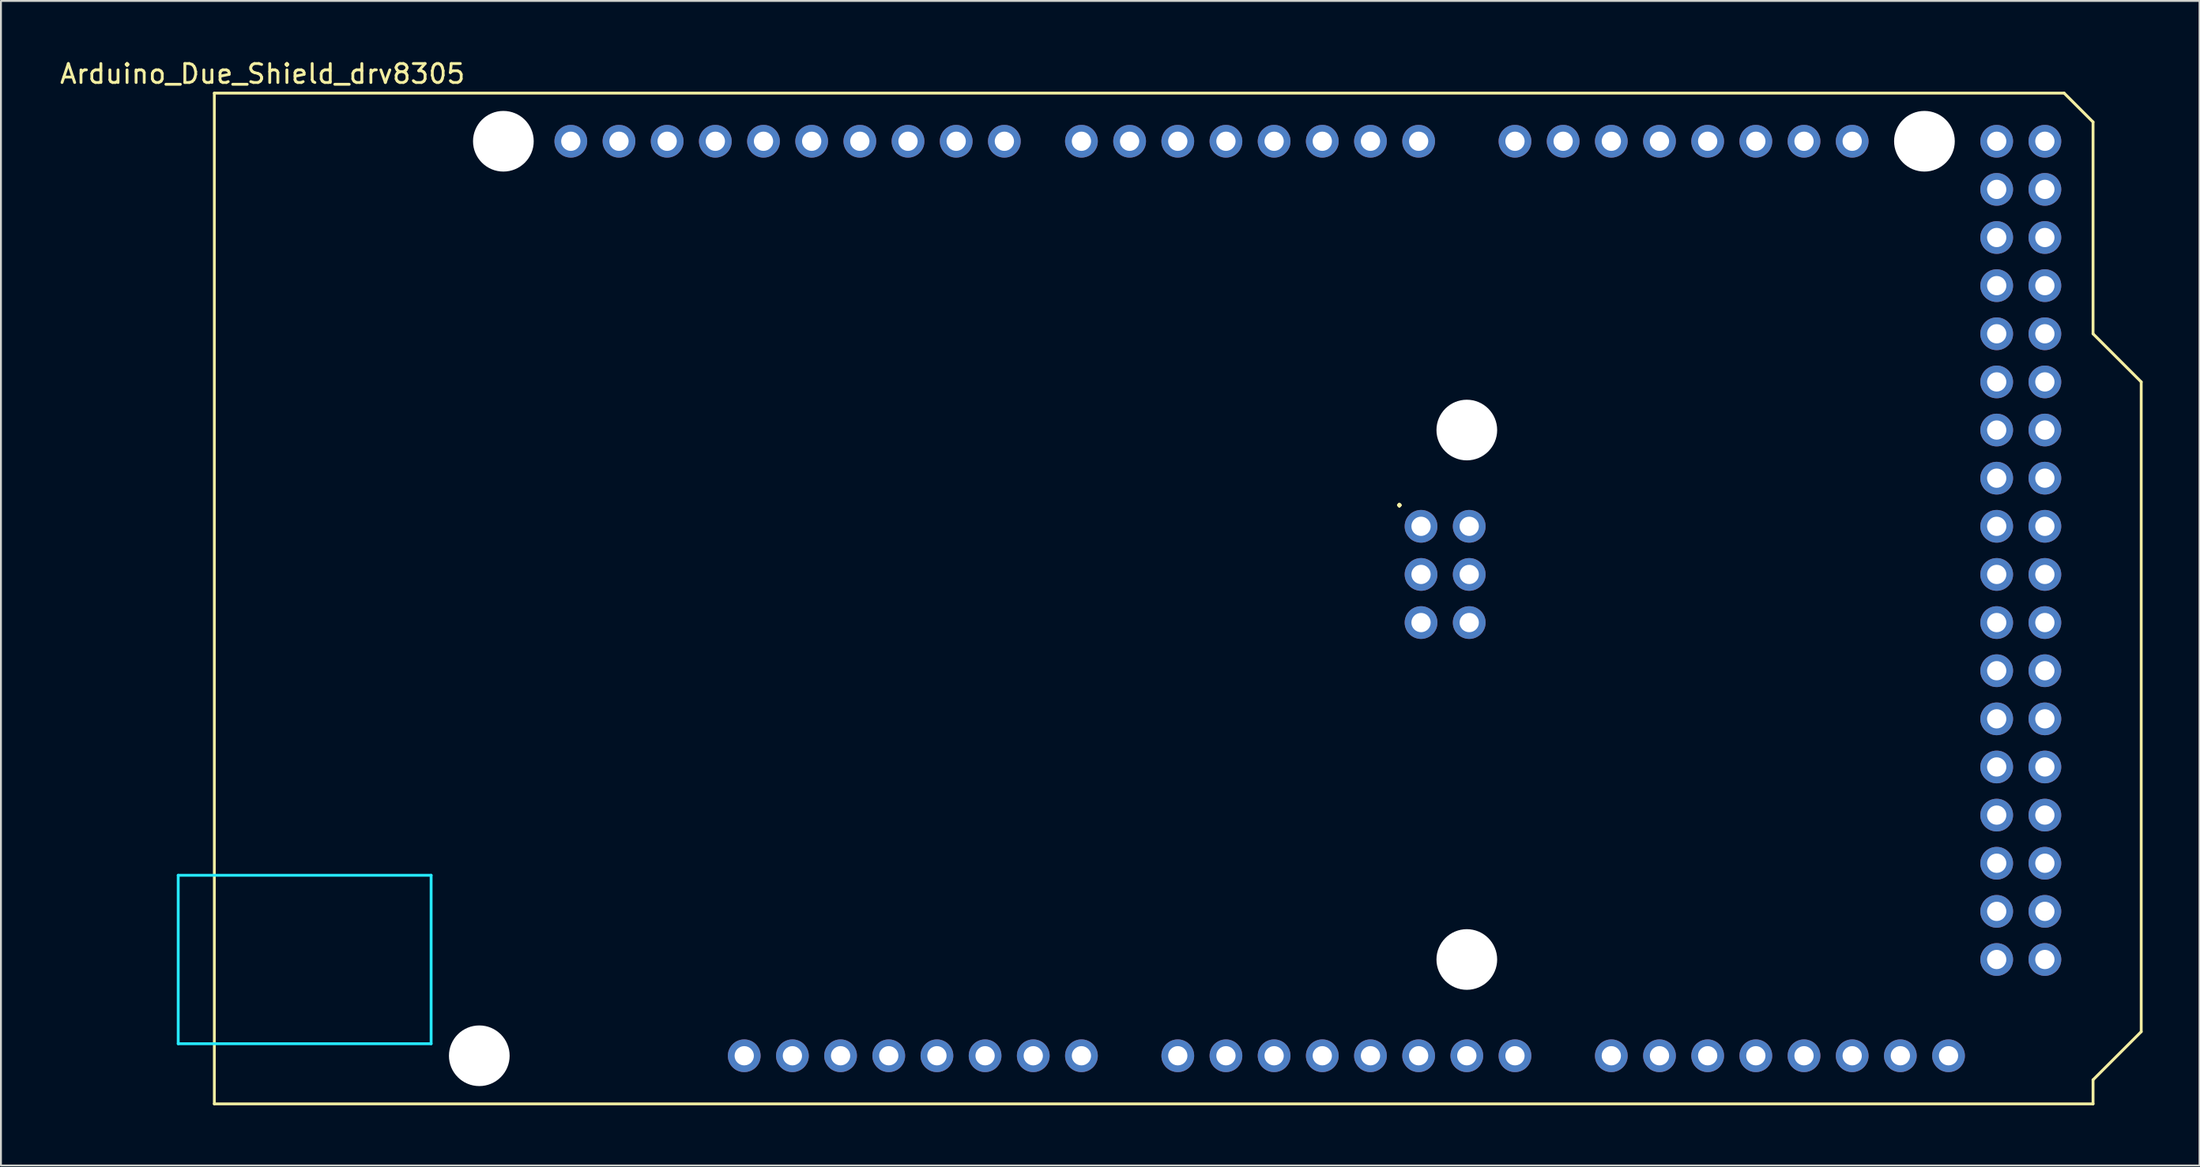
<source format=kicad_pcb>
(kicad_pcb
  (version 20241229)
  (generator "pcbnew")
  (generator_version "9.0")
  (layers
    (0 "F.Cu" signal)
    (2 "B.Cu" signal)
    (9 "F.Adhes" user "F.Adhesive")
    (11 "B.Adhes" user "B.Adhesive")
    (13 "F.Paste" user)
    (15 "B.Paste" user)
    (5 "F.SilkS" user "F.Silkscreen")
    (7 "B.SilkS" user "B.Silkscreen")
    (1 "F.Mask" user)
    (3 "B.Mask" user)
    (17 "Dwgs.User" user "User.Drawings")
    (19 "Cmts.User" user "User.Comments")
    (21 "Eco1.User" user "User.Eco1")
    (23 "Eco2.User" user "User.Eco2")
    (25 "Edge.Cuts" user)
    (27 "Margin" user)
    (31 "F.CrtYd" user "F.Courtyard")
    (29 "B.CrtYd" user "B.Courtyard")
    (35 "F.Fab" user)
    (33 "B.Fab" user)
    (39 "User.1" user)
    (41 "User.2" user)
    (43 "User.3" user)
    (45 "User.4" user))
  (footprint "Arduino_Due_Shield_drv8305"
    (layer "F.Cu")
    (at 8.252 55.204)
    (property "Reference" "Arduino_Due_Shield_drv8305" (at 2.54 -54.356 0) (layer "F.SilkS") (effects (font (size 1 1) (thickness 0.15))))
    (attr through_hole)
    (fp_line (start 0 -53.34) (end 0 0) (stroke (width 0.15) (type solid)) (layer "F.SilkS"))
    (fp_line (start 0 -53.34) (end 97.536 -53.34) (stroke (width 0.15) (type solid)) (layer "F.SilkS"))
    (fp_line (start 0 0) (end 99.06 0) (stroke (width 0.15) (type solid)) (layer "F.SilkS"))
    (fp_line (start 97.536 -53.34) (end 99.06 -51.816) (stroke (width 0.15) (type solid)) (layer "F.SilkS"))
    (fp_line (start 99.06 -40.64) (end 99.06 -51.816) (stroke (width 0.15) (type solid)) (layer "F.SilkS"))
    (fp_line (start 99.06 -1.27) (end 101.6 -3.81) (stroke (width 0.15) (type solid)) (layer "F.SilkS"))
    (fp_line (start 99.06 0) (end 99.06 -1.27) (stroke (width 0.15) (type solid)) (layer "F.SilkS"))
    (fp_line (start 101.6 -38.1) (end 99.06 -40.64) (stroke (width 0.15) (type solid)) (layer "F.SilkS"))
    (fp_line (start 101.6 -3.81) (end 101.6 -38.1) (stroke (width 0.15) (type solid)) (layer "F.SilkS"))
    (fp_line (start -1.905 -12.065) (end -1.905 -3.175) (stroke (width 0.15) (type solid)) (layer "B.CrtYd"))
    (fp_line (start -1.905 -12.065) (end 11.43 -12.065) (stroke (width 0.15) (type solid)) (layer "B.CrtYd"))
    (fp_line (start -1.905 -3.175) (end 11.43 -3.175) (stroke (width 0.15) (type solid)) (layer "B.CrtYd"))
    (fp_line (start 11.43 -12.065) (end 11.43 -3.175) (stroke (width 0.15) (type solid)) (layer "B.CrtYd"))
    (fp_text user "." (at 62.484 -32.004 0) (layer "F.SilkS") (effects (font (size 1 1) (thickness 0.15))))
    (pad "" np_thru_hole circle (at 13.97 -2.54) (size 3.2 3.2) (drill 3.2) (layers "*.Cu" "*.Mask"))
    (pad "" np_thru_hole circle (at 15.24 -50.8) (size 3.2 3.2) (drill 3.2) (layers "*.Cu" "*.Mask"))
    (pad "" thru_hole oval (at 27.94 -2.54) (size 1.727 1.727) (drill 1.016) (layers "*.Cu" "*.Mask"))
    (pad "" np_thru_hole circle (at 66.04 -35.56) (size 3.2 3.2) (drill 3.2) (layers "*.Cu" "*.Mask"))
    (pad "" np_thru_hole circle (at 66.04 -7.62) (size 3.2 3.2) (drill 3.2) (layers "*.Cu" "*.Mask"))
    (pad "" np_thru_hole circle (at 90.17 -50.8) (size 3.2 3.2) (drill 3.2) (layers "*.Cu" "*.Mask"))
    (pad "3V3" thru_hole oval (at 35.56 -2.54) (size 1.727 1.727) (drill 1.016) (layers "*.Cu" "*.Mask"))
    (pad "5V1" thru_hole oval (at 38.1 -2.54) (size 1.727 1.727) (drill 1.016) (layers "*.Cu" "*.Mask"))
    (pad "5V2" thru_hole oval (at 66.167 -30.48) (size 1.727 1.727) (drill 1.016) (layers "*.Cu" "*.Mask"))
    (pad "5V3" thru_hole oval (at 93.98 -50.8) (size 1.727 1.727) (drill 1.016) (layers "*.Cu" "*.Mask"))
    (pad "5V4" thru_hole oval (at 96.52 -50.8) (size 1.727 1.727) (drill 1.016) (layers "*.Cu" "*.Mask"))
    (pad "A0" thru_hole oval (at 50.8 -2.54) (size 1.727 1.727) (drill 1.016) (layers "*.Cu" "*.Mask"))
    (pad "A1" thru_hole oval (at 53.34 -2.54) (size 1.727 1.727) (drill 1.016) (layers "*.Cu" "*.Mask"))
    (pad "A2" thru_hole oval (at 55.88 -2.54) (size 1.727 1.727) (drill 1.016) (layers "*.Cu" "*.Mask"))
    (pad "A3" thru_hole oval (at 58.42 -2.54) (size 1.727 1.727) (drill 1.016) (layers "*.Cu" "*.Mask"))
    (pad "A4" thru_hole oval (at 60.96 -2.54) (size 1.727 1.727) (drill 1.016) (layers "*.Cu" "*.Mask"))
    (pad "A5" thru_hole oval (at 63.5 -2.54) (size 1.727 1.727) (drill 1.016) (layers "*.Cu" "*.Mask"))
    (pad "A6" thru_hole oval (at 66.04 -2.54) (size 1.727 1.727) (drill 1.016) (layers "*.Cu" "*.Mask"))
    (pad "A7" thru_hole oval (at 68.58 -2.54) (size 1.727 1.727) (drill 1.016) (layers "*.Cu" "*.Mask"))
    (pad "A8" thru_hole oval (at 73.66 -2.54) (size 1.727 1.727) (drill 1.016) (layers "*.Cu" "*.Mask"))
    (pad "A9" thru_hole oval (at 76.2 -2.54) (size 1.727 1.727) (drill 1.016) (layers "*.Cu" "*.Mask"))
    (pad "A10" thru_hole oval (at 78.74 -2.54) (size 1.727 1.727) (drill 1.016) (layers "*.Cu" "*.Mask"))
    (pad "A11" thru_hole oval (at 81.28 -2.54) (size 1.727 1.727) (drill 1.016) (layers "*.Cu" "*.Mask"))
    (pad "AREF" thru_hole oval (at 23.876 -50.8) (size 1.727 1.727) (drill 1.016) (layers "*.Cu" "*.Mask"))
    (pad "CANR" thru_hole oval (at 88.9 -2.54) (size 1.727 1.727) (drill 1.016) (layers "*.Cu" "*.Mask"))
    (pad "CANT" thru_hole oval (at 91.44 -2.54) (size 1.727 1.727) (drill 1.016) (layers "*.Cu" "*.Mask"))
    (pad "D0" thru_hole oval (at 63.5 -50.8) (size 1.727 1.727) (drill 1.016) (layers "*.Cu" "*.Mask"))
    (pad "D1" thru_hole oval (at 60.96 -50.8) (size 1.727 1.727) (drill 1.016) (layers "*.Cu" "*.Mask"))
    (pad "D2" thru_hole oval (at 58.42 -50.8) (size 1.727 1.727) (drill 1.016) (layers "*.Cu" "*.Mask"))
    (pad "D3" thru_hole oval (at 55.88 -50.8) (size 1.727 1.727) (drill 1.016) (layers "*.Cu" "*.Mask"))
    (pad "D4" thru_hole oval (at 53.34 -50.8) (size 1.727 1.727) (drill 1.016) (layers "*.Cu" "*.Mask"))
    (pad "D5" thru_hole oval (at 50.8 -50.8) (size 1.727 1.727) (drill 1.016) (layers "*.Cu" "*.Mask"))
    (pad "D6" thru_hole oval (at 48.26 -50.8) (size 1.727 1.727) (drill 1.016) (layers "*.Cu" "*.Mask"))
    (pad "D7" thru_hole oval (at 45.72 -50.8) (size 1.727 1.727) (drill 1.016) (layers "*.Cu" "*.Mask"))
    (pad "D8" thru_hole oval (at 41.656 -50.8) (size 1.727 1.727) (drill 1.016) (layers "*.Cu" "*.Mask"))
    (pad "D9" thru_hole oval (at 39.116 -50.8) (size 1.727 1.727) (drill 1.016) (layers "*.Cu" "*.Mask"))
    (pad "D10" thru_hole oval (at 36.576 -50.8) (size 1.727 1.727) (drill 1.016) (layers "*.Cu" "*.Mask"))
    (pad "D11" thru_hole oval (at 34.036 -50.8) (size 1.727 1.727) (drill 1.016) (layers "*.Cu" "*.Mask"))
    (pad "D12" thru_hole oval (at 31.496 -50.8) (size 1.727 1.727) (drill 1.016) (layers "*.Cu" "*.Mask"))
    (pad "D13" thru_hole oval (at 28.956 -50.8) (size 1.727 1.727) (drill 1.016) (layers "*.Cu" "*.Mask"))
    (pad "D14" thru_hole oval (at 68.58 -50.8) (size 1.727 1.727) (drill 1.016) (layers "*.Cu" "*.Mask"))
    (pad "D15" thru_hole oval (at 71.12 -50.8) (size 1.727 1.727) (drill 1.016) (layers "*.Cu" "*.Mask"))
    (pad "D16" thru_hole oval (at 73.66 -50.8) (size 1.727 1.727) (drill 1.016) (layers "*.Cu" "*.Mask"))
    (pad "D17" thru_hole oval (at 76.2 -50.8) (size 1.727 1.727) (drill 1.016) (layers "*.Cu" "*.Mask"))
    (pad "D18" thru_hole oval (at 78.74 -50.8) (size 1.727 1.727) (drill 1.016) (layers "*.Cu" "*.Mask"))
    (pad "D19" thru_hole oval (at 81.28 -50.8) (size 1.727 1.727) (drill 1.016) (layers "*.Cu" "*.Mask"))
    (pad "D20" thru_hole oval (at 83.82 -50.8) (size 1.727 1.727) (drill 1.016) (layers "*.Cu" "*.Mask"))
    (pad "D21" thru_hole oval (at 86.36 -50.8) (size 1.727 1.727) (drill 1.016) (layers "*.Cu" "*.Mask"))
    (pad "D22" thru_hole oval (at 93.98 -48.26) (size 1.727 1.727) (drill 1.016) (layers "*.Cu" "*.Mask"))
    (pad "D23" thru_hole oval (at 96.52 -48.26) (size 1.727 1.727) (drill 1.016) (layers "*.Cu" "*.Mask"))
    (pad "D24" thru_hole oval (at 93.98 -45.72) (size 1.727 1.727) (drill 1.016) (layers "*.Cu" "*.Mask"))
    (pad "D25" thru_hole oval (at 96.52 -45.72) (size 1.727 1.727) (drill 1.016) (layers "*.Cu" "*.Mask"))
    (pad "D26" thru_hole oval (at 93.98 -43.18) (size 1.727 1.727) (drill 1.016) (layers "*.Cu" "*.Mask"))
    (pad "D27" thru_hole oval (at 96.52 -43.18) (size 1.727 1.727) (drill 1.016) (layers "*.Cu" "*.Mask"))
    (pad "D28" thru_hole oval (at 93.98 -40.64) (size 1.727 1.727) (drill 1.016) (layers "*.Cu" "*.Mask"))
    (pad "D29" thru_hole oval (at 96.52 -40.64) (size 1.727 1.727) (drill 1.016) (layers "*.Cu" "*.Mask"))
    (pad "D30" thru_hole oval (at 93.98 -38.1) (size 1.727 1.727) (drill 1.016) (layers "*.Cu" "*.Mask"))
    (pad "D31" thru_hole oval (at 96.52 -38.1) (size 1.727 1.727) (drill 1.016) (layers "*.Cu" "*.Mask"))
    (pad "D32" thru_hole oval (at 93.98 -35.56) (size 1.727 1.727) (drill 1.016) (layers "*.Cu" "*.Mask"))
    (pad "D33" thru_hole oval (at 96.52 -35.56) (size 1.727 1.727) (drill 1.016) (layers "*.Cu" "*.Mask"))
    (pad "D34" thru_hole oval (at 93.98 -33.02) (size 1.727 1.727) (drill 1.016) (layers "*.Cu" "*.Mask"))
    (pad "D35" thru_hole oval (at 96.52 -33.02) (size 1.727 1.727) (drill 1.016) (layers "*.Cu" "*.Mask"))
    (pad "D36" thru_hole oval (at 93.98 -30.48) (size 1.727 1.727) (drill 1.016) (layers "*.Cu" "*.Mask"))
    (pad "D37" thru_hole oval (at 96.52 -30.48) (size 1.727 1.727) (drill 1.016) (layers "*.Cu" "*.Mask"))
    (pad "D38" thru_hole oval (at 93.98 -27.94) (size 1.727 1.727) (drill 1.016) (layers "*.Cu" "*.Mask"))
    (pad "D39" thru_hole oval (at 96.52 -27.94) (size 1.727 1.727) (drill 1.016) (layers "*.Cu" "*.Mask"))
    (pad "D40" thru_hole oval (at 93.98 -25.4) (size 1.727 1.727) (drill 1.016) (layers "*.Cu" "*.Mask"))
    (pad "D41" thru_hole oval (at 96.52 -25.4) (size 1.727 1.727) (drill 1.016) (layers "*.Cu" "*.Mask"))
    (pad "D42" thru_hole oval (at 93.98 -22.86) (size 1.727 1.727) (drill 1.016) (layers "*.Cu" "*.Mask"))
    (pad "D43" thru_hole oval (at 96.52 -22.86) (size 1.727 1.727) (drill 1.016) (layers "*.Cu" "*.Mask"))
    (pad "D44" thru_hole oval (at 93.98 -20.32) (size 1.727 1.727) (drill 1.016) (layers "*.Cu" "*.Mask"))
    (pad "D45" thru_hole oval (at 96.52 -20.32) (size 1.727 1.727) (drill 1.016) (layers "*.Cu" "*.Mask"))
    (pad "D46" thru_hole oval (at 93.98 -17.78) (size 1.727 1.727) (drill 1.016) (layers "*.Cu" "*.Mask"))
    (pad "D47" thru_hole oval (at 96.52 -17.78) (size 1.727 1.727) (drill 1.016) (layers "*.Cu" "*.Mask"))
    (pad "D48" thru_hole oval (at 93.98 -15.24) (size 1.727 1.727) (drill 1.016) (layers "*.Cu" "*.Mask"))
    (pad "D49" thru_hole oval (at 96.52 -15.24) (size 1.727 1.727) (drill 1.016) (layers "*.Cu" "*.Mask"))
    (pad "D50" thru_hole oval (at 93.98 -12.7) (size 1.727 1.727) (drill 1.016) (layers "*.Cu" "*.Mask"))
    (pad "D51" thru_hole oval (at 96.52 -12.7) (size 1.727 1.727) (drill 1.016) (layers "*.Cu" "*.Mask"))
    (pad "D52" thru_hole oval (at 93.98 -10.16) (size 1.727 1.727) (drill 1.016) (layers "*.Cu" "*.Mask"))
    (pad "D53" thru_hole oval (at 96.52 -10.16) (size 1.727 1.727) (drill 1.016) (layers "*.Cu" "*.Mask"))
    (pad "DAC0" thru_hole oval (at 83.82 -2.54) (size 1.727 1.727) (drill 1.016) (layers "*.Cu" "*.Mask"))
    (pad "DAC1" thru_hole oval (at 86.36 -2.54) (size 1.727 1.727) (drill 1.016) (layers "*.Cu" "*.Mask"))
    (pad "GND1" thru_hole oval (at 26.416 -50.8) (size 1.727 1.727) (drill 1.016) (layers "*.Cu" "*.Mask"))
    (pad "GND2" thru_hole oval (at 40.64 -2.54) (size 1.727 1.727) (drill 1.016) (layers "*.Cu" "*.Mask"))
    (pad "GND3" thru_hole oval (at 43.18 -2.54) (size 1.727 1.727) (drill 1.016) (layers "*.Cu" "*.Mask"))
    (pad "GND4" thru_hole oval (at 66.167 -25.4) (size 1.727 1.727) (drill 1.016) (layers "*.Cu" "*.Mask"))
    (pad "GND5" thru_hole oval (at 93.98 -7.62) (size 1.727 1.727) (drill 1.016) (layers "*.Cu" "*.Mask"))
    (pad "GND6" thru_hole oval (at 96.52 -7.62) (size 1.727 1.727) (drill 1.016) (layers "*.Cu" "*.Mask"))
    (pad "IORF" thru_hole oval (at 30.48 -2.54) (size 1.727 1.727) (drill 1.016) (layers "*.Cu" "*.Mask"))
    (pad "MISO" thru_hole oval (at 63.627 -30.48) (size 1.727 1.727) (drill 1.016) (layers "*.Cu" "*.Mask"))
    (pad "MOSI" thru_hole oval (at 66.167 -27.94) (size 1.727 1.727) (drill 1.016) (layers "*.Cu" "*.Mask"))
    (pad "RST1" thru_hole oval (at 33.02 -2.54) (size 1.727 1.727) (drill 1.016) (layers "*.Cu" "*.Mask"))
    (pad "RST2" thru_hole oval (at 63.627 -25.4) (size 1.727 1.727) (drill 1.016) (layers "*.Cu" "*.Mask"))
    (pad "SCK" thru_hole oval (at 63.627 -27.94) (size 1.727 1.727) (drill 1.016) (layers "*.Cu" "*.Mask"))
    (pad "SCL1" thru_hole oval (at 18.796 -50.8) (size 1.727 1.727) (drill 1.016) (layers "*.Cu" "*.Mask"))
    (pad "SDA1" thru_hole oval (at 21.336 -50.8) (size 1.727 1.727) (drill 1.016) (layers "*.Cu" "*.Mask"))
    (pad "VIN" thru_hole oval (at 45.72 -2.54) (size 1.727 1.727) (drill 1.016) (layers "*.Cu" "*.Mask")))
  (gr_rect
    (start -3 -3)
    (end 112.927 58.454)
    (stroke (width 0.1) (type default))
    (fill no)
    (layer "Edge.Cuts")))
</source>
